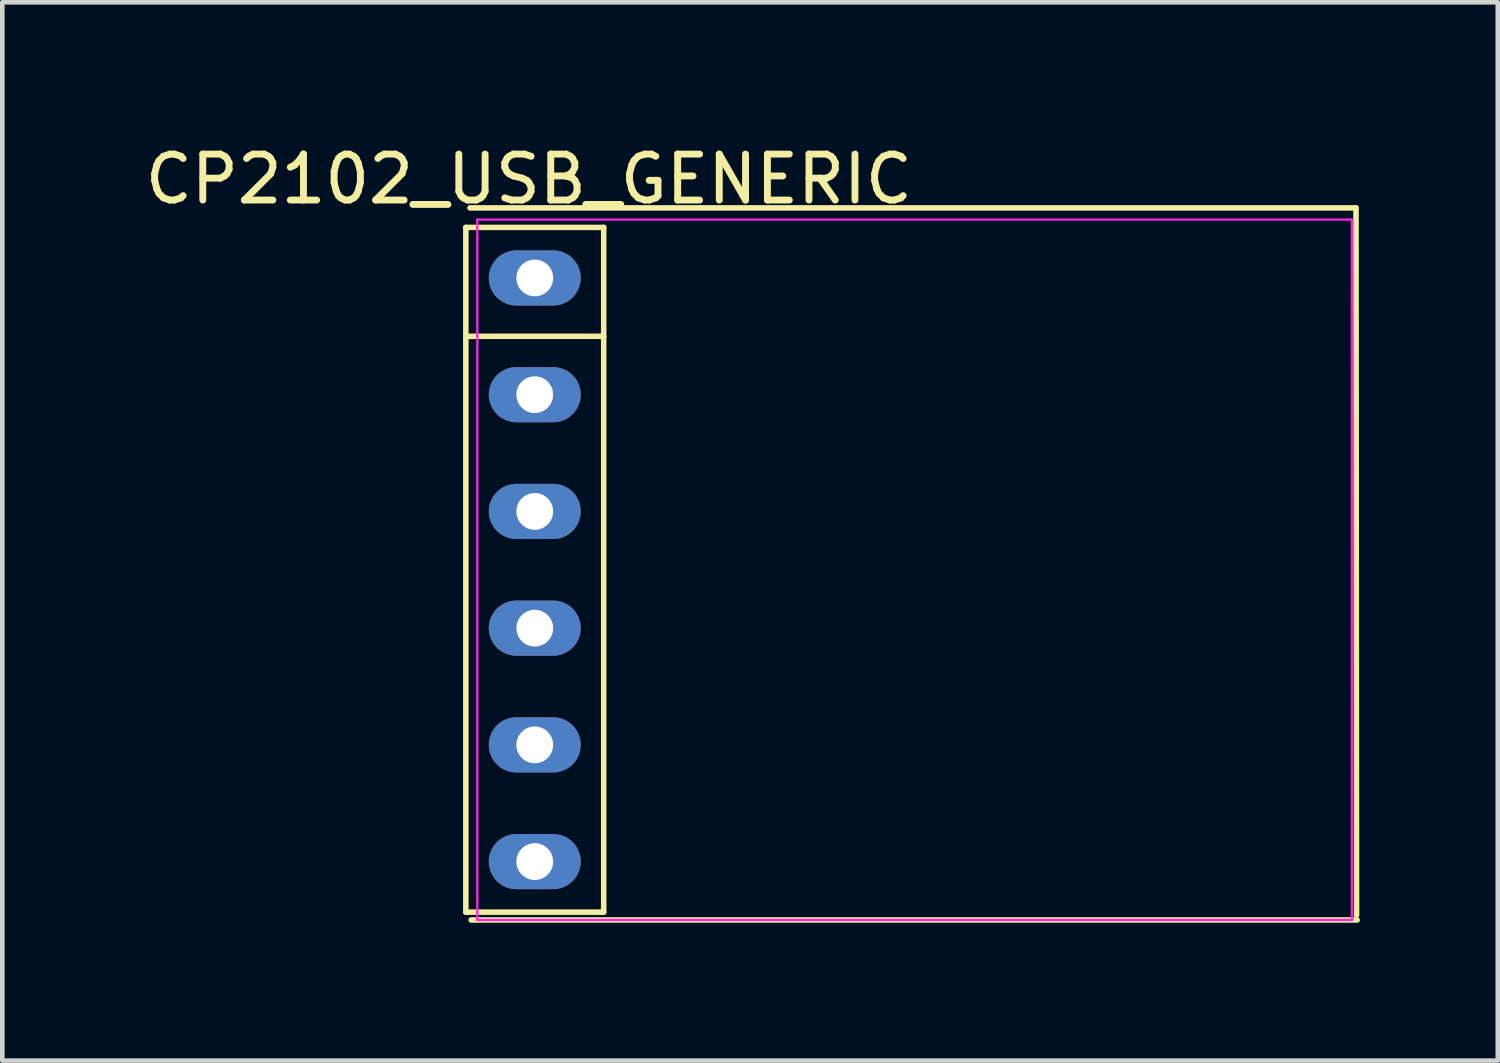
<source format=kicad_pcb>
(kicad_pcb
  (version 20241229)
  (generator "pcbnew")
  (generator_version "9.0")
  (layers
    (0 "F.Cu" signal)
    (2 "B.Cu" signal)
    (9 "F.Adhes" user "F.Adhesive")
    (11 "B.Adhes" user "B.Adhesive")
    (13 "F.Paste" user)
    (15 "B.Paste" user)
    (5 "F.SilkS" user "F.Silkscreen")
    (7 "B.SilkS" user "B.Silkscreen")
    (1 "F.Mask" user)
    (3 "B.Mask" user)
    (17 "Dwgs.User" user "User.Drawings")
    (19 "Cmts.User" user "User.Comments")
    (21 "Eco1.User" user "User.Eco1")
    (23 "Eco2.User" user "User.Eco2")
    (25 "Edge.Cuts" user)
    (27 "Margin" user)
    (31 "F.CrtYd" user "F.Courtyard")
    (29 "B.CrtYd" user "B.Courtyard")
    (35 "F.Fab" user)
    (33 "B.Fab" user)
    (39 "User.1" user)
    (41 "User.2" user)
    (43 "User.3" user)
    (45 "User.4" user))
  (footprint "CP2102_USB_GENERIC"
    (layer "F.Cu")
    (at 8.586 9.348)
    (property "Reference" "CP2102_USB_GENERIC" (at -0.128 -8.5 0) (layer "F.SilkS") (effects (font (size 1 1) (thickness 0.15))))
    (fp_line (start -1.5 -7.45) (end 1.5 -7.45) (stroke (width 0.12) (type solid)) (layer "F.SilkS"))
    (fp_line (start -1.5 7.45) (end -1.5 -7.45) (stroke (width 0.12) (type solid)) (layer "F.SilkS"))
    (fp_line (start 1.5 -7.45) (end 1.5 7.45) (stroke (width 0.12) (type solid)) (layer "F.SilkS"))
    (fp_line (start 1.5 -5.08) (end -1.5 -5.08) (stroke (width 0.12) (type solid)) (layer "F.SilkS"))
    (fp_line (start 1.5 7.45) (end -1.5 7.45) (stroke (width 0.12) (type solid)) (layer "F.SilkS"))
    (fp_line (start 17.87 -7.874) (end -1.41 -7.874) (stroke (width 0.12) (type solid)) (layer "F.SilkS"))
    (fp_line (start 17.87 -7.874) (end 17.882 7.518) (stroke (width 0.12) (type solid)) (layer "F.SilkS"))
    (fp_line (start 17.895 7.62) (end -1.385 7.62) (stroke (width 0.12) (type solid)) (layer "F.SilkS"))
    (fp_line (start -1.25 -7.62) (end -1.25 -7.2) (stroke (width 0.05) (type solid)) (layer "F.CrtYd"))
    (fp_line (start -1.25 7.2) (end -1.25 -7.2) (stroke (width 0.05) (type solid)) (layer "F.CrtYd"))
    (fp_line (start -1.25 7.2) (end -1.25 7.62) (stroke (width 0.05) (type solid)) (layer "F.CrtYd"))
    (fp_line (start 17.78 -7.62) (end -1.25 -7.62) (stroke (width 0.05) (type solid)) (layer "F.CrtYd"))
    (fp_line (start 17.78 -7.62) (end 17.78 7.62) (stroke (width 0.05) (type solid)) (layer "F.CrtYd"))
    (fp_line (start 17.78 7.62) (end -1.25 7.62) (stroke (width 0.05) (type solid)) (layer "F.CrtYd"))
    (pad "1" thru_hole oval (at 0 -6.35 270) (size 1.2 2) (drill 0.8) (layers "*.Cu" "*.Mask"))
    (pad "2" thru_hole oval (at 0 -3.81 270) (size 1.2 2) (drill 0.8) (layers "*.Cu" "*.Mask"))
    (pad "3" thru_hole oval (at 0 -1.27 270) (size 1.2 2) (drill 0.8) (layers "*.Cu" "*.Mask"))
    (pad "4" thru_hole oval (at 0 1.27 270) (size 1.2 2) (drill 0.8) (layers "*.Cu" "*.Mask"))
    (pad "5" thru_hole oval (at 0 3.81 270) (size 1.2 2) (drill 0.8) (layers "*.Cu" "*.Mask"))
    (pad "6" thru_hole oval (at 0 6.35 270) (size 1.2 2) (drill 0.8) (layers "*.Cu" "*.Mask")))
  (gr_rect
    (start -3 -3)
    (end 29.541 20.028)
    (stroke (width 0.1) (type default))
    (fill no)
    (layer "Edge.Cuts")))
</source>
